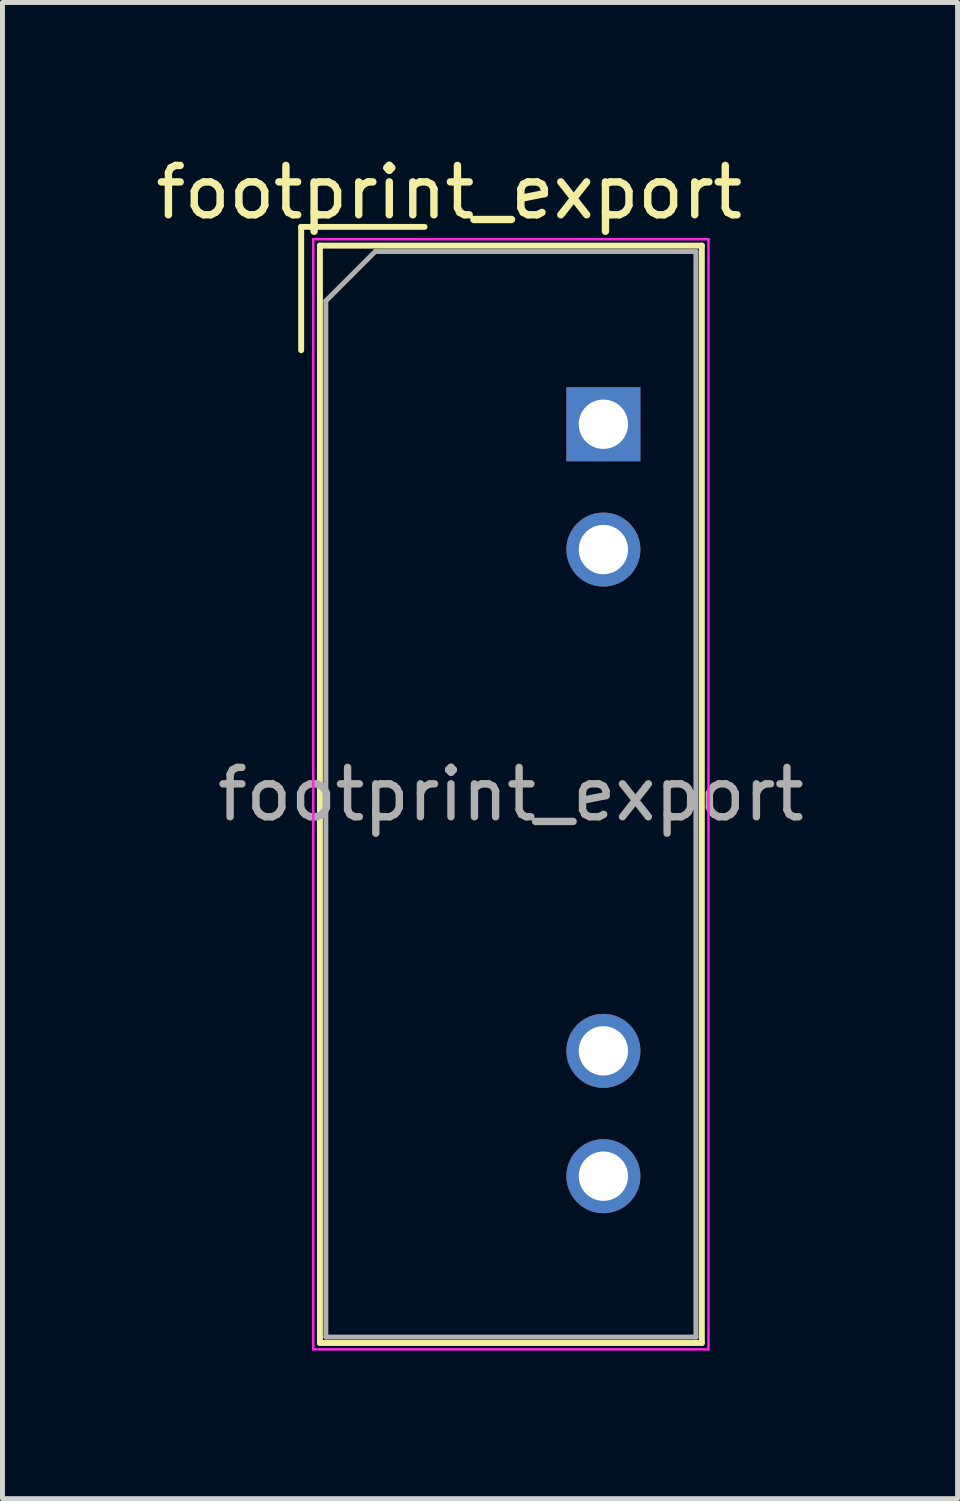
<source format=kicad_pcb>
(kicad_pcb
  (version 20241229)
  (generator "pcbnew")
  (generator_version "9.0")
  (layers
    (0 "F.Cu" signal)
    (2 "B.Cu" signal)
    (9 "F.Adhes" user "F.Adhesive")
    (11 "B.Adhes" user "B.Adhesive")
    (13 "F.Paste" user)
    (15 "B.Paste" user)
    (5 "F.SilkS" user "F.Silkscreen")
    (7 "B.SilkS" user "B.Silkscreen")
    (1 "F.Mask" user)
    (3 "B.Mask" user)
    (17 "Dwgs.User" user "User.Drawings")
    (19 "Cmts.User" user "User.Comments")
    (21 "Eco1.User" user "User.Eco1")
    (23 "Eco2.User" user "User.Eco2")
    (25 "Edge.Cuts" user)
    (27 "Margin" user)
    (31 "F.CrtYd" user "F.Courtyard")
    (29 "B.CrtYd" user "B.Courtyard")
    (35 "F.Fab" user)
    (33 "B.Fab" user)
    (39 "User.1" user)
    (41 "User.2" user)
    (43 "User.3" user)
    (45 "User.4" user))
  (footprint "footprint_export"
    (layer "F.Cu")
    (at 9.179 5.548)
    (property "Reference" "footprint_export" (at -3.125 -4.7 0) (layer "F.SilkS") (effects (font (size 1 1) (thickness 0.15))))
    (attr through_hole)
    (fp_line (start -6.125 -4) (end -3.625 -4) (stroke (width 0.12) (type solid)) (layer "F.SilkS"))
    (fp_line (start -6.125 -1.5) (end -6.125 -4) (stroke (width 0.12) (type solid)) (layer "F.SilkS"))
    (fp_line (start -5.745 -3.62) (end -5.745 18.62) (stroke (width 0.12) (type solid)) (layer "F.SilkS"))
    (fp_line (start -5.745 -3.62) (end 1.995 -3.62) (stroke (width 0.12) (type solid)) (layer "F.SilkS"))
    (fp_line (start -5.745 18.62) (end 1.995 18.62) (stroke (width 0.12) (type solid)) (layer "F.SilkS"))
    (fp_line (start 1.995 -3.62) (end 1.995 18.62) (stroke (width 0.12) (type solid)) (layer "F.SilkS"))
    (fp_line (start -5.88 -3.75) (end -5.88 18.75) (stroke (width 0.05) (type solid)) (layer "F.CrtYd"))
    (fp_line (start -5.88 -3.75) (end 2.13 -3.75) (stroke (width 0.05) (type solid)) (layer "F.CrtYd"))
    (fp_line (start -5.88 18.75) (end 2.13 18.75) (stroke (width 0.05) (type solid)) (layer "F.CrtYd"))
    (fp_line (start 2.13 -3.75) (end 2.13 18.75) (stroke (width 0.05) (type solid)) (layer "F.CrtYd"))
    (fp_line (start -5.625 -2.5) (end -4.625 -3.5) (stroke (width 0.1) (type solid)) (layer "F.Fab"))
    (fp_line (start -5.625 18.5) (end -5.625 -2.5) (stroke (width 0.1) (type solid)) (layer "F.Fab"))
    (fp_line (start -4.625 -3.5) (end 1.875 -3.5) (stroke (width 0.1) (type solid)) (layer "F.Fab"))
    (fp_line (start 1.875 -3.5) (end 1.875 18.5) (stroke (width 0.1) (type solid)) (layer "F.Fab"))
    (fp_line (start 1.875 18.5) (end -5.625 18.5) (stroke (width 0.1) (type solid)) (layer "F.Fab"))
    (fp_text user "${REFERENCE}" (at -1.875 7.5 0) (layer "F.Fab") (effects (font (size 1 1) (thickness 0.15))))
    (pad "1" thru_hole rect (at 0 0) (size 1.5 1.5) (drill 1) (layers "*.Cu" "*.Mask"))
    (pad "2" thru_hole circle (at 0 2.54) (size 1.5 1.5) (drill 1) (layers "*.Cu" "*.Mask"))
    (pad "6" thru_hole circle (at 0 12.7) (size 1.5 1.5) (drill 1) (layers "*.Cu" "*.Mask"))
    (pad "7" thru_hole circle (at 0 15.24) (size 1.5 1.5) (drill 1) (layers "*.Cu" "*.Mask")))
  (gr_rect
    (start -3 -3)
    (end 16.357 27.323)
    (stroke (width 0.1) (type default))
    (fill no)
    (layer "Edge.Cuts")))
</source>
